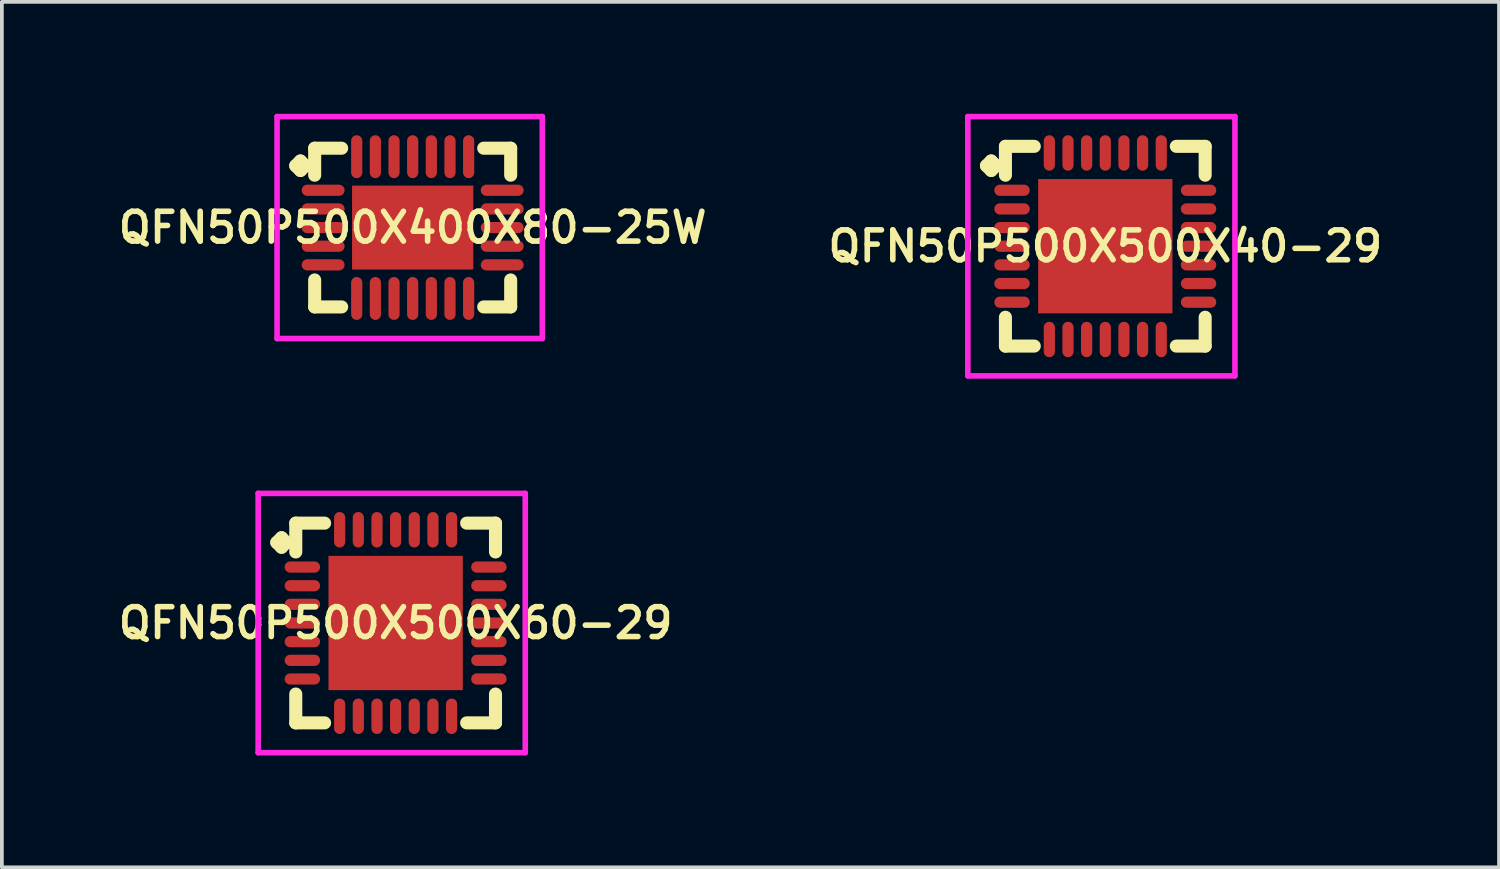
<source format=kicad_pcb>
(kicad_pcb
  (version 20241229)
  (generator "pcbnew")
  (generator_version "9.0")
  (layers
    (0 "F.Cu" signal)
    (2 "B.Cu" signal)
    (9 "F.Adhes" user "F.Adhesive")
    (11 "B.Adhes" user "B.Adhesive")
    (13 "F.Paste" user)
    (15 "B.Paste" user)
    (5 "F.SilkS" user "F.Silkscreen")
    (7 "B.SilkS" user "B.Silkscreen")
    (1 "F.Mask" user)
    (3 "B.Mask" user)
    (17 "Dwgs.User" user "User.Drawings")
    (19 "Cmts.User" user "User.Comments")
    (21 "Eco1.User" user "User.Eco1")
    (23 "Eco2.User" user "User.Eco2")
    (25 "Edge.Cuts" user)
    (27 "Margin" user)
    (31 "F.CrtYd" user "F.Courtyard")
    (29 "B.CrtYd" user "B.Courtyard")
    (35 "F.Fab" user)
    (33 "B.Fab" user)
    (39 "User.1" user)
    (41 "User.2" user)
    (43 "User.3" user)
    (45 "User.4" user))
  (footprint "QFN50P500X500X40-29"
    (layer "F.Cu")
    (at 26.578 3.55)
    (property "Reference" "QFN50P500X500X40-29" (at 0 0 0) (layer "F.SilkS") (effects (font (size 0.8 0.8) (thickness 0.15))))
    (attr smd)
    (fp_line (start -3.185 -2.158) (end -3.058 -2.285) (stroke (width 0.35) (type solid)) (layer "F.SilkS"))
    (fp_line (start -3.058 -2.285) (end -2.931 -2.158) (stroke (width 0.35) (type solid)) (layer "F.SilkS"))
    (fp_line (start -3.058 -2.031) (end -3.185 -2.158) (stroke (width 0.35) (type solid)) (layer "F.SilkS"))
    (fp_line (start -2.931 -2.158) (end -3.058 -2.031) (stroke (width 0.35) (type solid)) (layer "F.SilkS"))
    (fp_line (start -2.677 -2.677) (end -1.904 -2.677) (stroke (width 0.35) (type solid)) (layer "F.SilkS"))
    (fp_line (start -2.677 -1.904) (end -2.677 -2.677) (stroke (width 0.35) (type solid)) (layer "F.SilkS"))
    (fp_line (start -2.677 1.904) (end -2.677 2.677) (stroke (width 0.35) (type solid)) (layer "F.SilkS"))
    (fp_line (start -2.677 2.677) (end -1.904 2.677) (stroke (width 0.35) (type solid)) (layer "F.SilkS"))
    (fp_line (start 1.904 -2.677) (end 2.677 -2.677) (stroke (width 0.35) (type solid)) (layer "F.SilkS"))
    (fp_line (start 1.904 2.677) (end 2.677 2.677) (stroke (width 0.35) (type solid)) (layer "F.SilkS"))
    (fp_line (start 2.677 -2.677) (end 2.677 -1.904) (stroke (width 0.35) (type solid)) (layer "F.SilkS"))
    (fp_line (start 2.677 2.677) (end 2.677 1.904) (stroke (width 0.35) (type solid)) (layer "F.SilkS"))
    (fp_line (start -3.685 -3.475) (end 3.475 -3.475) (stroke (width 0.15) (type solid)) (layer "F.CrtYd"))
    (fp_line (start -3.685 3.475) (end -3.685 -3.475) (stroke (width 0.15) (type solid)) (layer "F.CrtYd"))
    (fp_line (start 3.475 -3.475) (end 3.475 3.475) (stroke (width 0.15) (type solid)) (layer "F.CrtYd"))
    (fp_line (start 3.475 3.475) (end -3.685 3.475) (stroke (width 0.15) (type solid)) (layer "F.CrtYd"))
    (pad "1" smd oval (at -2.5 -1.5) (size 0.95 0.3) (layers "F.Cu" "F.Mask" "F.Paste"))
    (pad "2" smd oval (at -2.5 -1) (size 0.95 0.3) (layers "F.Cu" "F.Mask" "F.Paste"))
    (pad "3" smd oval (at -2.5 -0.5) (size 0.95 0.3) (layers "F.Cu" "F.Mask" "F.Paste"))
    (pad "4" smd oval (at -2.5 0) (size 0.95 0.3) (layers "F.Cu" "F.Mask" "F.Paste"))
    (pad "5" smd oval (at -2.5 0.5) (size 0.95 0.3) (layers "F.Cu" "F.Mask" "F.Paste"))
    (pad "6" smd oval (at -2.5 1) (size 0.95 0.3) (layers "F.Cu" "F.Mask" "F.Paste"))
    (pad "7" smd oval (at -2.5 1.5) (size 0.95 0.3) (layers "F.Cu" "F.Mask" "F.Paste"))
    (pad "8" smd oval (at -1.5 2.5) (size 0.3 0.95) (layers "F.Cu" "F.Mask" "F.Paste"))
    (pad "9" smd oval (at -1 2.5) (size 0.3 0.95) (layers "F.Cu" "F.Mask" "F.Paste"))
    (pad "10" smd oval (at -0.5 2.5) (size 0.3 0.95) (layers "F.Cu" "F.Mask" "F.Paste"))
    (pad "11" smd oval (at 0 2.5) (size 0.3 0.95) (layers "F.Cu" "F.Mask" "F.Paste"))
    (pad "12" smd oval (at 0.5 2.5) (size 0.3 0.95) (layers "F.Cu" "F.Mask" "F.Paste"))
    (pad "13" smd oval (at 1 2.5) (size 0.3 0.95) (layers "F.Cu" "F.Mask" "F.Paste"))
    (pad "14" smd oval (at 1.5 2.5) (size 0.3 0.95) (layers "F.Cu" "F.Mask" "F.Paste"))
    (pad "15" smd oval (at 2.5 1.5) (size 0.95 0.3) (layers "F.Cu" "F.Mask" "F.Paste"))
    (pad "16" smd oval (at 2.5 1) (size 0.95 0.3) (layers "F.Cu" "F.Mask" "F.Paste"))
    (pad "17" smd oval (at 2.5 0.5) (size 0.95 0.3) (layers "F.Cu" "F.Mask" "F.Paste"))
    (pad "18" smd oval (at 2.5 0) (size 0.95 0.3) (layers "F.Cu" "F.Mask" "F.Paste"))
    (pad "19" smd oval (at 2.5 -0.5) (size 0.95 0.3) (layers "F.Cu" "F.Mask" "F.Paste"))
    (pad "20" smd oval (at 2.5 -1) (size 0.95 0.3) (layers "F.Cu" "F.Mask" "F.Paste"))
    (pad "21" smd oval (at 2.5 -1.5) (size 0.95 0.3) (layers "F.Cu" "F.Mask" "F.Paste"))
    (pad "22" smd oval (at 1.5 -2.5) (size 0.3 0.95) (layers "F.Cu" "F.Mask" "F.Paste"))
    (pad "23" smd oval (at 1 -2.5) (size 0.3 0.95) (layers "F.Cu" "F.Mask" "F.Paste"))
    (pad "24" smd oval (at 0.5 -2.5) (size 0.3 0.95) (layers "F.Cu" "F.Mask" "F.Paste"))
    (pad "25" smd oval (at 0 -2.5) (size 0.3 0.95) (layers "F.Cu" "F.Mask" "F.Paste"))
    (pad "26" smd oval (at -0.5 -2.5) (size 0.3 0.95) (layers "F.Cu" "F.Mask" "F.Paste"))
    (pad "27" smd oval (at -1 -2.5) (size 0.3 0.95) (layers "F.Cu" "F.Mask" "F.Paste"))
    (pad "28" smd oval (at -1.5 -2.5) (size 0.3 0.95) (layers "F.Cu" "F.Mask" "F.Paste"))
    (pad "29" smd rect (at 0 0) (size 3.6 3.6) (layers "F.Cu" "F.Mask" "F.Paste")))
  (footprint "QFN50P500X500X60-29"
    (layer "F.Cu")
    (at 7.555 13.65)
    (property "Reference" "QFN50P500X500X60-29" (at 0 0 0) (layer "F.SilkS") (effects (font (size 0.8 0.8) (thickness 0.15))))
    (attr smd)
    (fp_line (start -3.185 -2.158) (end -3.058 -2.285) (stroke (width 0.35) (type solid)) (layer "F.SilkS"))
    (fp_line (start -3.058 -2.285) (end -2.931 -2.158) (stroke (width 0.35) (type solid)) (layer "F.SilkS"))
    (fp_line (start -3.058 -2.031) (end -3.185 -2.158) (stroke (width 0.35) (type solid)) (layer "F.SilkS"))
    (fp_line (start -2.931 -2.158) (end -3.058 -2.031) (stroke (width 0.35) (type solid)) (layer "F.SilkS"))
    (fp_line (start -2.677 -2.677) (end -1.904 -2.677) (stroke (width 0.35) (type solid)) (layer "F.SilkS"))
    (fp_line (start -2.677 -1.904) (end -2.677 -2.677) (stroke (width 0.35) (type solid)) (layer "F.SilkS"))
    (fp_line (start -2.677 1.904) (end -2.677 2.677) (stroke (width 0.35) (type solid)) (layer "F.SilkS"))
    (fp_line (start -2.677 2.677) (end -1.904 2.677) (stroke (width 0.35) (type solid)) (layer "F.SilkS"))
    (fp_line (start 1.904 -2.677) (end 2.677 -2.677) (stroke (width 0.35) (type solid)) (layer "F.SilkS"))
    (fp_line (start 1.904 2.677) (end 2.677 2.677) (stroke (width 0.35) (type solid)) (layer "F.SilkS"))
    (fp_line (start 2.677 -2.677) (end 2.677 -1.904) (stroke (width 0.35) (type solid)) (layer "F.SilkS"))
    (fp_line (start 2.677 2.677) (end 2.677 1.904) (stroke (width 0.35) (type solid)) (layer "F.SilkS"))
    (fp_line (start -3.685 -3.475) (end 3.475 -3.475) (stroke (width 0.15) (type solid)) (layer "F.CrtYd"))
    (fp_line (start -3.685 3.475) (end -3.685 -3.475) (stroke (width 0.15) (type solid)) (layer "F.CrtYd"))
    (fp_line (start 3.475 -3.475) (end 3.475 3.475) (stroke (width 0.15) (type solid)) (layer "F.CrtYd"))
    (fp_line (start 3.475 3.475) (end -3.685 3.475) (stroke (width 0.15) (type solid)) (layer "F.CrtYd"))
    (pad "1" smd oval (at -2.5 -1.5) (size 0.95 0.3) (layers "F.Cu" "F.Mask" "F.Paste"))
    (pad "2" smd oval (at -2.5 -1) (size 0.95 0.3) (layers "F.Cu" "F.Mask" "F.Paste"))
    (pad "3" smd oval (at -2.5 -0.5) (size 0.95 0.3) (layers "F.Cu" "F.Mask" "F.Paste"))
    (pad "4" smd oval (at -2.5 0) (size 0.95 0.3) (layers "F.Cu" "F.Mask" "F.Paste"))
    (pad "5" smd oval (at -2.5 0.5) (size 0.95 0.3) (layers "F.Cu" "F.Mask" "F.Paste"))
    (pad "6" smd oval (at -2.5 1) (size 0.95 0.3) (layers "F.Cu" "F.Mask" "F.Paste"))
    (pad "7" smd oval (at -2.5 1.5) (size 0.95 0.3) (layers "F.Cu" "F.Mask" "F.Paste"))
    (pad "8" smd oval (at -1.5 2.5) (size 0.3 0.95) (layers "F.Cu" "F.Mask" "F.Paste"))
    (pad "9" smd oval (at -1 2.5) (size 0.3 0.95) (layers "F.Cu" "F.Mask" "F.Paste"))
    (pad "10" smd oval (at -0.5 2.5) (size 0.3 0.95) (layers "F.Cu" "F.Mask" "F.Paste"))
    (pad "11" smd oval (at 0 2.5) (size 0.3 0.95) (layers "F.Cu" "F.Mask" "F.Paste"))
    (pad "12" smd oval (at 0.5 2.5) (size 0.3 0.95) (layers "F.Cu" "F.Mask" "F.Paste"))
    (pad "13" smd oval (at 1 2.5) (size 0.3 0.95) (layers "F.Cu" "F.Mask" "F.Paste"))
    (pad "14" smd oval (at 1.5 2.5) (size 0.3 0.95) (layers "F.Cu" "F.Mask" "F.Paste"))
    (pad "15" smd oval (at 2.5 1.5) (size 0.95 0.3) (layers "F.Cu" "F.Mask" "F.Paste"))
    (pad "16" smd oval (at 2.5 1) (size 0.95 0.3) (layers "F.Cu" "F.Mask" "F.Paste"))
    (pad "17" smd oval (at 2.5 0.5) (size 0.95 0.3) (layers "F.Cu" "F.Mask" "F.Paste"))
    (pad "18" smd oval (at 2.5 0) (size 0.95 0.3) (layers "F.Cu" "F.Mask" "F.Paste"))
    (pad "19" smd oval (at 2.5 -0.5) (size 0.95 0.3) (layers "F.Cu" "F.Mask" "F.Paste"))
    (pad "20" smd oval (at 2.5 -1) (size 0.95 0.3) (layers "F.Cu" "F.Mask" "F.Paste"))
    (pad "21" smd oval (at 2.5 -1.5) (size 0.95 0.3) (layers "F.Cu" "F.Mask" "F.Paste"))
    (pad "22" smd oval (at 1.5 -2.5) (size 0.3 0.95) (layers "F.Cu" "F.Mask" "F.Paste"))
    (pad "23" smd oval (at 1 -2.5) (size 0.3 0.95) (layers "F.Cu" "F.Mask" "F.Paste"))
    (pad "24" smd oval (at 0.5 -2.5) (size 0.3 0.95) (layers "F.Cu" "F.Mask" "F.Paste"))
    (pad "25" smd oval (at 0 -2.5) (size 0.3 0.95) (layers "F.Cu" "F.Mask" "F.Paste"))
    (pad "26" smd oval (at -0.5 -2.5) (size 0.3 0.95) (layers "F.Cu" "F.Mask" "F.Paste"))
    (pad "27" smd oval (at -1 -2.5) (size 0.3 0.95) (layers "F.Cu" "F.Mask" "F.Paste"))
    (pad "28" smd oval (at -1.5 -2.5) (size 0.3 0.95) (layers "F.Cu" "F.Mask" "F.Paste"))
    (pad "29" smd rect (at 0 0) (size 3.6 3.6) (layers "F.Cu" "F.Mask" "F.Paste")))
  (footprint "QFN50P500X400X80-25W"
    (layer "F.Cu")
    (at 8.012 3.05)
    (property "Reference" "QFN50P500X400X80-25W" (at 0 0 0) (layer "F.SilkS") (effects (font (size 0.8 0.8) (thickness 0.15))))
    (attr smd)
    (fp_line (start -3.135 -1.658) (end -3.008 -1.785) (stroke (width 0.35) (type solid)) (layer "F.SilkS"))
    (fp_line (start -3.008 -1.785) (end -2.881 -1.658) (stroke (width 0.35) (type solid)) (layer "F.SilkS"))
    (fp_line (start -3.008 -1.531) (end -3.135 -1.658) (stroke (width 0.35) (type solid)) (layer "F.SilkS"))
    (fp_line (start -2.881 -1.658) (end -3.008 -1.531) (stroke (width 0.35) (type solid)) (layer "F.SilkS"))
    (fp_line (start -2.627 -2.127) (end -1.904 -2.127) (stroke (width 0.35) (type solid)) (layer "F.SilkS"))
    (fp_line (start -2.627 -1.404) (end -2.627 -2.127) (stroke (width 0.35) (type solid)) (layer "F.SilkS"))
    (fp_line (start -2.627 1.404) (end -2.627 2.127) (stroke (width 0.35) (type solid)) (layer "F.SilkS"))
    (fp_line (start -2.627 2.127) (end -1.904 2.127) (stroke (width 0.35) (type solid)) (layer "F.SilkS"))
    (fp_line (start 1.904 -2.127) (end 2.627 -2.127) (stroke (width 0.35) (type solid)) (layer "F.SilkS"))
    (fp_line (start 1.904 2.127) (end 2.627 2.127) (stroke (width 0.35) (type solid)) (layer "F.SilkS"))
    (fp_line (start 2.627 -2.127) (end 2.627 -1.404) (stroke (width 0.35) (type solid)) (layer "F.SilkS"))
    (fp_line (start 2.627 2.127) (end 2.627 1.404) (stroke (width 0.35) (type solid)) (layer "F.SilkS"))
    (fp_line (start -3.635 -2.975) (end 3.475 -2.975) (stroke (width 0.15) (type solid)) (layer "F.CrtYd"))
    (fp_line (start -3.635 2.975) (end -3.635 -2.975) (stroke (width 0.15) (type solid)) (layer "F.CrtYd"))
    (fp_line (start 3.475 -2.975) (end 3.475 2.975) (stroke (width 0.15) (type solid)) (layer "F.CrtYd"))
    (fp_line (start 3.475 2.975) (end -3.635 2.975) (stroke (width 0.15) (type solid)) (layer "F.CrtYd"))
    (pad "1" smd oval (at -2.4 -1) (size 1.15 0.3) (layers "F.Cu" "F.Mask" "F.Paste"))
    (pad "2" smd oval (at -2.4 -0.5) (size 1.15 0.3) (layers "F.Cu" "F.Mask" "F.Paste"))
    (pad "3" smd oval (at -2.4 0) (size 1.15 0.3) (layers "F.Cu" "F.Mask" "F.Paste"))
    (pad "4" smd oval (at -2.4 0.5) (size 1.15 0.3) (layers "F.Cu" "F.Mask" "F.Paste"))
    (pad "5" smd oval (at -2.4 1) (size 1.15 0.3) (layers "F.Cu" "F.Mask" "F.Paste"))
    (pad "6" smd oval (at -1.5 1.9) (size 0.3 1.15) (layers "F.Cu" "F.Mask" "F.Paste"))
    (pad "7" smd oval (at -1 1.9) (size 0.3 1.15) (layers "F.Cu" "F.Mask" "F.Paste"))
    (pad "8" smd oval (at -0.5 1.9) (size 0.3 1.15) (layers "F.Cu" "F.Mask" "F.Paste"))
    (pad "9" smd oval (at 0 1.9) (size 0.3 1.15) (layers "F.Cu" "F.Mask" "F.Paste"))
    (pad "10" smd oval (at 0.5 1.9) (size 0.3 1.15) (layers "F.Cu" "F.Mask" "F.Paste"))
    (pad "11" smd oval (at 1 1.9) (size 0.3 1.15) (layers "F.Cu" "F.Mask" "F.Paste"))
    (pad "12" smd oval (at 1.5 1.9) (size 0.3 1.15) (layers "F.Cu" "F.Mask" "F.Paste"))
    (pad "13" smd oval (at 2.4 1) (size 1.15 0.3) (layers "F.Cu" "F.Mask" "F.Paste"))
    (pad "14" smd oval (at 2.4 0.5) (size 1.15 0.3) (layers "F.Cu" "F.Mask" "F.Paste"))
    (pad "15" smd oval (at 2.4 0) (size 1.15 0.3) (layers "F.Cu" "F.Mask" "F.Paste"))
    (pad "16" smd oval (at 2.4 -0.5) (size 1.15 0.3) (layers "F.Cu" "F.Mask" "F.Paste"))
    (pad "17" smd oval (at 2.4 -1) (size 1.15 0.3) (layers "F.Cu" "F.Mask" "F.Paste"))
    (pad "18" smd oval (at 1.5 -1.9) (size 0.3 1.15) (layers "F.Cu" "F.Mask" "F.Paste"))
    (pad "19" smd oval (at 1 -1.9) (size 0.3 1.15) (layers "F.Cu" "F.Mask" "F.Paste"))
    (pad "20" smd oval (at 0.5 -1.9) (size 0.3 1.15) (layers "F.Cu" "F.Mask" "F.Paste"))
    (pad "21" smd oval (at 0 -1.9) (size 0.3 1.15) (layers "F.Cu" "F.Mask" "F.Paste"))
    (pad "22" smd oval (at -0.5 -1.9) (size 0.3 1.15) (layers "F.Cu" "F.Mask" "F.Paste"))
    (pad "23" smd oval (at -1 -1.9) (size 0.3 1.15) (layers "F.Cu" "F.Mask" "F.Paste"))
    (pad "24" smd oval (at -1.5 -1.9) (size 0.3 1.15) (layers "F.Cu" "F.Mask" "F.Paste"))
    (pad "25" smd rect (at 0 0) (size 3.25 2.25) (layers "F.Cu" "F.Mask" "F.Paste")))
  (gr_rect
    (start -3 -3)
    (end 37.132 20.2)
    (stroke (width 0.1) (type default))
    (fill no)
    (layer "Edge.Cuts")))
</source>
